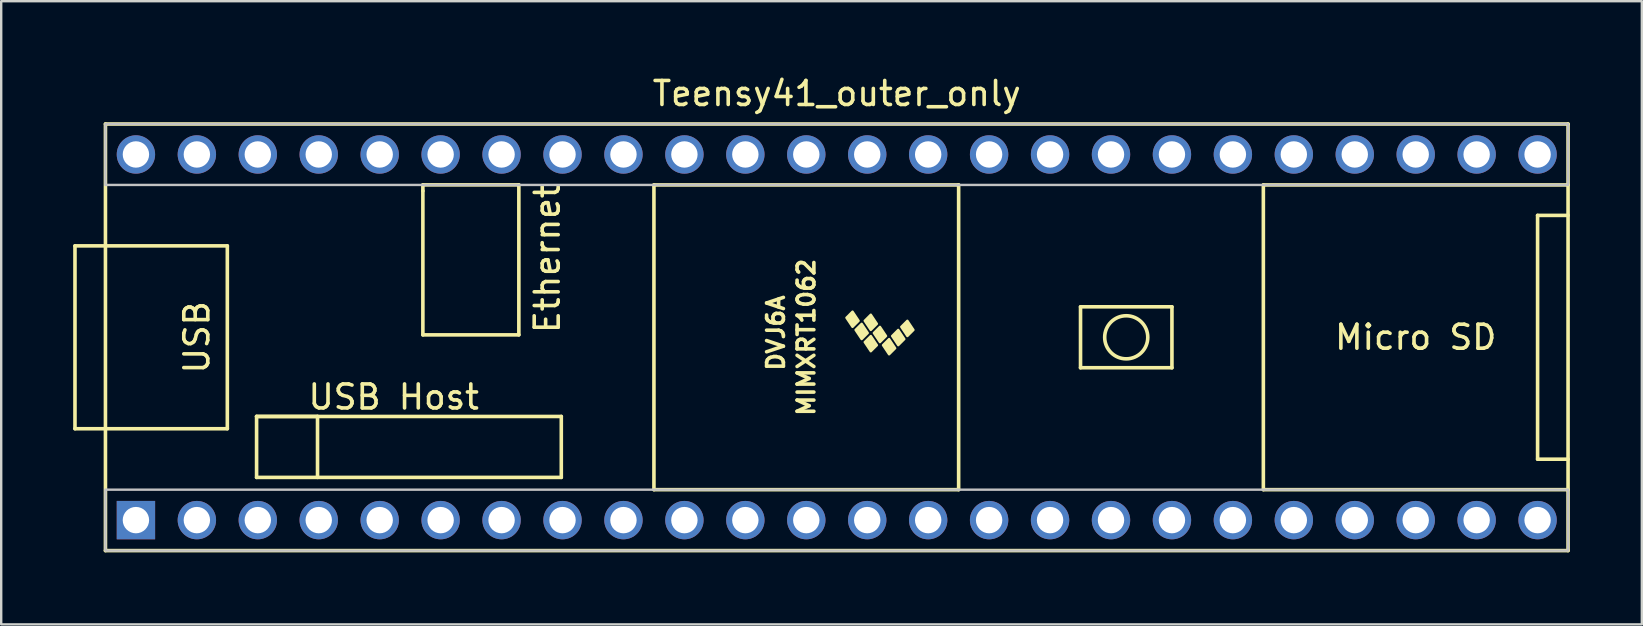
<source format=kicad_pcb>
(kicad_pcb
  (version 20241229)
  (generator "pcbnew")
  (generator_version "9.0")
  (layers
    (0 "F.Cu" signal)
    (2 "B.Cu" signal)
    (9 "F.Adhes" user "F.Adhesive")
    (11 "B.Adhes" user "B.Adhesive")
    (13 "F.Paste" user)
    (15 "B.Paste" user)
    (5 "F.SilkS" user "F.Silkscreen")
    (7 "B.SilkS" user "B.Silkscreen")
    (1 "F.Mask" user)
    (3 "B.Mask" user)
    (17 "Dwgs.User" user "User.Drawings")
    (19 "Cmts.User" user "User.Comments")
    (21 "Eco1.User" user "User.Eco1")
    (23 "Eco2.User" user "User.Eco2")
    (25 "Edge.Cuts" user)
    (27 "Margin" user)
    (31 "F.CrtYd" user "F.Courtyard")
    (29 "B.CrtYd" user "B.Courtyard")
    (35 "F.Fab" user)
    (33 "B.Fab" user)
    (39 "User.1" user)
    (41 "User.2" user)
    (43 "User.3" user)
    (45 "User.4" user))
  (footprint "Teensy41_outer_only"
    (layer "F.Cu")
    (at 31.825 11.008)
    (property "Reference" "Teensy41_outer_only" (at 0 -10.16 0) (layer "F.SilkS") (effects (font (size 1 1) (thickness 0.15))))
    (attr through_hole)
    (fp_line (start -31.75 -3.81) (end -30.48 -3.81) (stroke (width 0.15) (type solid)) (layer "F.SilkS"))
    (fp_line (start -31.75 3.81) (end -31.75 -3.81) (stroke (width 0.15) (type solid)) (layer "F.SilkS"))
    (fp_line (start -30.48 -8.89) (end 30.48 -8.89) (stroke (width 0.15) (type solid)) (layer "F.SilkS"))
    (fp_line (start -30.48 3.81) (end -31.75 3.81) (stroke (width 0.15) (type solid)) (layer "F.SilkS"))
    (fp_line (start -30.48 8.89) (end -30.48 -8.89) (stroke (width 0.15) (type solid)) (layer "F.SilkS"))
    (fp_line (start -25.4 -3.81) (end -30.48 -3.81) (stroke (width 0.15) (type solid)) (layer "F.SilkS"))
    (fp_line (start -25.4 3.81) (end -30.48 3.81) (stroke (width 0.15) (type solid)) (layer "F.SilkS"))
    (fp_line (start -25.4 3.81) (end -25.4 -3.81) (stroke (width 0.15) (type solid)) (layer "F.SilkS"))
    (fp_line (start -24.181 3.299) (end -21.641 3.299) (stroke (width 0.15) (type solid)) (layer "F.SilkS"))
    (fp_line (start -24.181 3.299) (end -11.481 3.299) (stroke (width 0.15) (type solid)) (layer "F.SilkS"))
    (fp_line (start -24.181 5.839) (end -24.181 3.299) (stroke (width 0.15) (type solid)) (layer "F.SilkS"))
    (fp_line (start -21.641 3.299) (end -21.641 5.839) (stroke (width 0.15) (type solid)) (layer "F.SilkS"))
    (fp_line (start -17.25 -6.352) (end -17.25 -6.102) (stroke (width 0.15) (type solid)) (layer "F.SilkS"))
    (fp_line (start -17.25 -6.102) (end -17.25 -0.102) (stroke (width 0.15) (type solid)) (layer "F.SilkS"))
    (fp_line (start -17.25 -0.102) (end -13.25 -0.102) (stroke (width 0.15) (type solid)) (layer "F.SilkS"))
    (fp_line (start -13.25 -6.352) (end -17.25 -6.352) (stroke (width 0.15) (type solid)) (layer "F.SilkS"))
    (fp_line (start -13.25 -0.102) (end -13.25 -6.352) (stroke (width 0.15) (type solid)) (layer "F.SilkS"))
    (fp_line (start -11.481 3.299) (end -11.481 5.839) (stroke (width 0.15) (type solid)) (layer "F.SilkS"))
    (fp_line (start -11.481 5.839) (end -24.181 5.839) (stroke (width 0.15) (type solid)) (layer "F.SilkS"))
    (fp_line (start -7.62 -6.35) (end -7.62 6.35) (stroke (width 0.15) (type solid)) (layer "F.SilkS"))
    (fp_line (start -7.62 6.35) (end 5.08 6.35) (stroke (width 0.15) (type solid)) (layer "F.SilkS"))
    (fp_line (start 5.08 -6.35) (end -7.62 -6.35) (stroke (width 0.15) (type solid)) (layer "F.SilkS"))
    (fp_line (start 5.08 6.35) (end 5.08 -6.35) (stroke (width 0.15) (type solid)) (layer "F.SilkS"))
    (fp_line (start 10.16 -1.27) (end 13.97 -1.27) (stroke (width 0.15) (type solid)) (layer "F.SilkS"))
    (fp_line (start 10.16 1.27) (end 10.16 -1.27) (stroke (width 0.15) (type solid)) (layer "F.SilkS"))
    (fp_line (start 13.97 -1.27) (end 13.97 1.27) (stroke (width 0.15) (type solid)) (layer "F.SilkS"))
    (fp_line (start 13.97 1.27) (end 10.16 1.27) (stroke (width 0.15) (type solid)) (layer "F.SilkS"))
    (fp_line (start 17.78 -6.35) (end 17.78 6.35) (stroke (width 0.15) (type solid)) (layer "F.SilkS"))
    (fp_line (start 17.78 6.35) (end 30.48 6.35) (stroke (width 0.15) (type solid)) (layer "F.SilkS"))
    (fp_line (start 29.21 -5.08) (end 29.21 5.08) (stroke (width 0.15) (type solid)) (layer "F.SilkS"))
    (fp_line (start 29.21 5.08) (end 30.48 5.08) (stroke (width 0.15) (type solid)) (layer "F.SilkS"))
    (fp_line (start 30.48 -8.89) (end 30.48 8.89) (stroke (width 0.15) (type solid)) (layer "F.SilkS"))
    (fp_line (start 30.48 -6.35) (end 17.78 -6.35) (stroke (width 0.15) (type solid)) (layer "F.SilkS"))
    (fp_line (start 30.48 -5.08) (end 29.21 -5.08) (stroke (width 0.15) (type solid)) (layer "F.SilkS"))
    (fp_line (start 30.48 8.89) (end -30.48 8.89) (stroke (width 0.15) (type solid)) (layer "F.SilkS"))
    (fp_circle (center 12.065 0) (end 12.7 -0.635) (stroke (width 0.15) (type solid)) (fill no) (layer "F.SilkS"))
    (fp_poly (pts (xy 0.911 -0.688) (xy 0.657 -0.434) (xy 0.403 -0.815) (xy 0.657 -1.069)) (stroke (width 0.1) (type solid)) (fill yes) (layer "F.SilkS"))
    (fp_poly (pts (xy 1.292 -0.18) (xy 1.038 0.074) (xy 0.784 -0.307) (xy 1.038 -0.561)) (stroke (width 0.1) (type solid)) (fill yes) (layer "F.SilkS"))
    (fp_poly (pts (xy 1.673 -0.561) (xy 1.419 -0.307) (xy 1.165 -0.688) (xy 1.419 -0.942)) (stroke (width 0.1) (type solid)) (fill yes) (layer "F.SilkS"))
    (fp_poly (pts (xy 1.673 0.328) (xy 1.419 0.582) (xy 1.165 0.201) (xy 1.419 -0.053)) (stroke (width 0.1) (type solid)) (fill yes) (layer "F.SilkS"))
    (fp_poly (pts (xy 2.054 -0.053) (xy 1.8 0.201) (xy 1.546 -0.18) (xy 1.8 -0.434)) (stroke (width 0.1) (type solid)) (fill yes) (layer "F.SilkS"))
    (fp_poly (pts (xy 2.435 0.455) (xy 2.181 0.709) (xy 1.927 0.328) (xy 2.181 0.074)) (stroke (width 0.1) (type solid)) (fill yes) (layer "F.SilkS"))
    (fp_poly (pts (xy 2.816 0.074) (xy 2.562 0.328) (xy 2.308 -0.053) (xy 2.562 -0.307)) (stroke (width 0.1) (type solid)) (fill yes) (layer "F.SilkS"))
    (fp_poly (pts (xy 3.197 -0.307) (xy 2.943 -0.053) (xy 2.689 -0.434) (xy 2.943 -0.688)) (stroke (width 0.1) (type solid)) (fill yes) (layer "F.SilkS"))
    (fp_rect (start -30.48 -8.89) (end 30.48 -6.35) (stroke (width 0.1) (type default)) (fill no) (layer "Dwgs.User"))
    (fp_rect (start -30.48 6.35) (end 30.48 8.89) (stroke (width 0.1) (type default)) (fill no) (layer "Dwgs.User"))
    (fp_text user "DVJ6A" (at -2.54 -0.18 270) (layer "F.SilkS") (effects (font (size 0.7 0.7) (thickness 0.15))))
    (fp_text user "Ethernet" (at -12.065 -3.277 90) (layer "F.SilkS") (effects (font (size 1 1) (thickness 0.15))))
    (fp_text user "USB Host" (at -18.466 2.489 0) (layer "F.SilkS") (effects (font (size 1 1) (thickness 0.15))))
    (fp_text user "Micro SD" (at 24.13 0 0) (layer "F.SilkS") (effects (font (size 1 1) (thickness 0.15))))
    (fp_text user "MIMXRT1062" (at -1.27 0 270) (layer "F.SilkS") (effects (font (size 0.7 0.7) (thickness 0.15))))
    (fp_text user "USB" (at -26.67 0 270) (layer "F.SilkS") (effects (font (size 1 1) (thickness 0.15))))
    (pad "1" thru_hole rect (at -29.21 7.62) (size 1.6 1.6) (drill 1.1) (layers "*.Cu" "*.Mask"))
    (pad "2" thru_hole circle (at -26.67 7.62) (size 1.6 1.6) (drill 1.1) (layers "*.Cu" "*.Mask"))
    (pad "3" thru_hole circle (at -24.13 7.62) (size 1.6 1.6) (drill 1.1) (layers "*.Cu" "*.Mask"))
    (pad "4" thru_hole circle (at -21.59 7.62) (size 1.6 1.6) (drill 1.1) (layers "*.Cu" "*.Mask"))
    (pad "5" thru_hole circle (at -19.05 7.62) (size 1.6 1.6) (drill 1.1) (layers "*.Cu" "*.Mask"))
    (pad "6" thru_hole circle (at -16.51 7.62) (size 1.6 1.6) (drill 1.1) (layers "*.Cu" "*.Mask"))
    (pad "7" thru_hole circle (at -13.97 7.62) (size 1.6 1.6) (drill 1.1) (layers "*.Cu" "*.Mask"))
    (pad "8" thru_hole circle (at -11.43 7.62) (size 1.6 1.6) (drill 1.1) (layers "*.Cu" "*.Mask"))
    (pad "9" thru_hole circle (at -8.89 7.62) (size 1.6 1.6) (drill 1.1) (layers "*.Cu" "*.Mask"))
    (pad "10" thru_hole circle (at -6.35 7.62) (size 1.6 1.6) (drill 1.1) (layers "*.Cu" "*.Mask"))
    (pad "11" thru_hole circle (at -3.81 7.62) (size 1.6 1.6) (drill 1.1) (layers "*.Cu" "*.Mask"))
    (pad "12" thru_hole circle (at -1.27 7.62) (size 1.6 1.6) (drill 1.1) (layers "*.Cu" "*.Mask"))
    (pad "13" thru_hole circle (at 1.27 7.62) (size 1.6 1.6) (drill 1.1) (layers "*.Cu" "*.Mask"))
    (pad "14" thru_hole circle (at 3.81 7.62) (size 1.6 1.6) (drill 1.1) (layers "*.Cu" "*.Mask"))
    (pad "15" thru_hole circle (at 6.35 7.62) (size 1.6 1.6) (drill 1.1) (layers "*.Cu" "*.Mask"))
    (pad "16" thru_hole circle (at 8.89 7.62) (size 1.6 1.6) (drill 1.1) (layers "*.Cu" "*.Mask"))
    (pad "17" thru_hole circle (at 11.43 7.62) (size 1.6 1.6) (drill 1.1) (layers "*.Cu" "*.Mask"))
    (pad "18" thru_hole circle (at 13.97 7.62) (size 1.6 1.6) (drill 1.1) (layers "*.Cu" "*.Mask"))
    (pad "19" thru_hole circle (at 16.51 7.62) (size 1.6 1.6) (drill 1.1) (layers "*.Cu" "*.Mask"))
    (pad "20" thru_hole circle (at 19.05 7.62) (size 1.6 1.6) (drill 1.1) (layers "*.Cu" "*.Mask"))
    (pad "21" thru_hole circle (at 21.59 7.62) (size 1.6 1.6) (drill 1.1) (layers "*.Cu" "*.Mask"))
    (pad "22" thru_hole circle (at 24.13 7.62) (size 1.6 1.6) (drill 1.1) (layers "*.Cu" "*.Mask"))
    (pad "23" thru_hole circle (at 26.67 7.62) (size 1.6 1.6) (drill 1.1) (layers "*.Cu" "*.Mask"))
    (pad "24" thru_hole circle (at 29.21 7.62) (size 1.6 1.6) (drill 1.1) (layers "*.Cu" "*.Mask"))
    (pad "25" thru_hole circle (at 29.21 -7.62) (size 1.6 1.6) (drill 1.1) (layers "*.Cu" "*.Mask"))
    (pad "26" thru_hole circle (at 26.67 -7.62) (size 1.6 1.6) (drill 1.1) (layers "*.Cu" "*.Mask"))
    (pad "27" thru_hole circle (at 24.13 -7.62) (size 1.6 1.6) (drill 1.1) (layers "*.Cu" "*.Mask"))
    (pad "28" thru_hole circle (at 21.59 -7.62) (size 1.6 1.6) (drill 1.1) (layers "*.Cu" "*.Mask"))
    (pad "29" thru_hole circle (at 19.05 -7.62) (size 1.6 1.6) (drill 1.1) (layers "*.Cu" "*.Mask"))
    (pad "30" thru_hole circle (at 16.51 -7.62) (size 1.6 1.6) (drill 1.1) (layers "*.Cu" "*.Mask"))
    (pad "31" thru_hole circle (at 13.97 -7.62) (size 1.6 1.6) (drill 1.1) (layers "*.Cu" "*.Mask"))
    (pad "32" thru_hole circle (at 11.43 -7.62) (size 1.6 1.6) (drill 1.1) (layers "*.Cu" "*.Mask"))
    (pad "33" thru_hole circle (at 8.89 -7.62) (size 1.6 1.6) (drill 1.1) (layers "*.Cu" "*.Mask"))
    (pad "34" thru_hole circle (at 6.35 -7.62) (size 1.6 1.6) (drill 1.1) (layers "*.Cu" "*.Mask"))
    (pad "35" thru_hole circle (at 3.81 -7.62) (size 1.6 1.6) (drill 1.1) (layers "*.Cu" "*.Mask"))
    (pad "36" thru_hole circle (at 1.27 -7.62) (size 1.6 1.6) (drill 1.1) (layers "*.Cu" "*.Mask"))
    (pad "37" thru_hole circle (at -1.27 -7.62) (size 1.6 1.6) (drill 1.1) (layers "*.Cu" "*.Mask"))
    (pad "38" thru_hole circle (at -3.81 -7.62) (size 1.6 1.6) (drill 1.1) (layers "*.Cu" "*.Mask"))
    (pad "39" thru_hole circle (at -6.35 -7.62) (size 1.6 1.6) (drill 1.1) (layers "*.Cu" "*.Mask"))
    (pad "40" thru_hole circle (at -8.89 -7.62) (size 1.6 1.6) (drill 1.1) (layers "*.Cu" "*.Mask"))
    (pad "41" thru_hole circle (at -11.43 -7.62) (size 1.6 1.6) (drill 1.1) (layers "*.Cu" "*.Mask"))
    (pad "42" thru_hole circle (at -13.97 -7.62) (size 1.6 1.6) (drill 1.1) (layers "*.Cu" "*.Mask"))
    (pad "43" thru_hole circle (at -16.51 -7.62) (size 1.6 1.6) (drill 1.1) (layers "*.Cu" "*.Mask"))
    (pad "44" thru_hole circle (at -19.05 -7.62) (size 1.6 1.6) (drill 1.1) (layers "*.Cu" "*.Mask"))
    (pad "45" thru_hole circle (at -21.59 -7.62) (size 1.6 1.6) (drill 1.1) (layers "*.Cu" "*.Mask"))
    (pad "46" thru_hole circle (at -24.13 -7.62) (size 1.6 1.6) (drill 1.1) (layers "*.Cu" "*.Mask"))
    (pad "47" thru_hole circle (at -26.67 -7.62) (size 1.6 1.6) (drill 1.1) (layers "*.Cu" "*.Mask"))
    (pad "48" thru_hole circle (at -29.21 -7.62) (size 1.6 1.6) (drill 1.1) (layers "*.Cu" "*.Mask")))
  (gr_rect
    (start -3 -3)
    (end 65.38 22.973)
    (stroke (width 0.1) (type default))
    (fill no)
    (layer "Edge.Cuts")))
</source>
